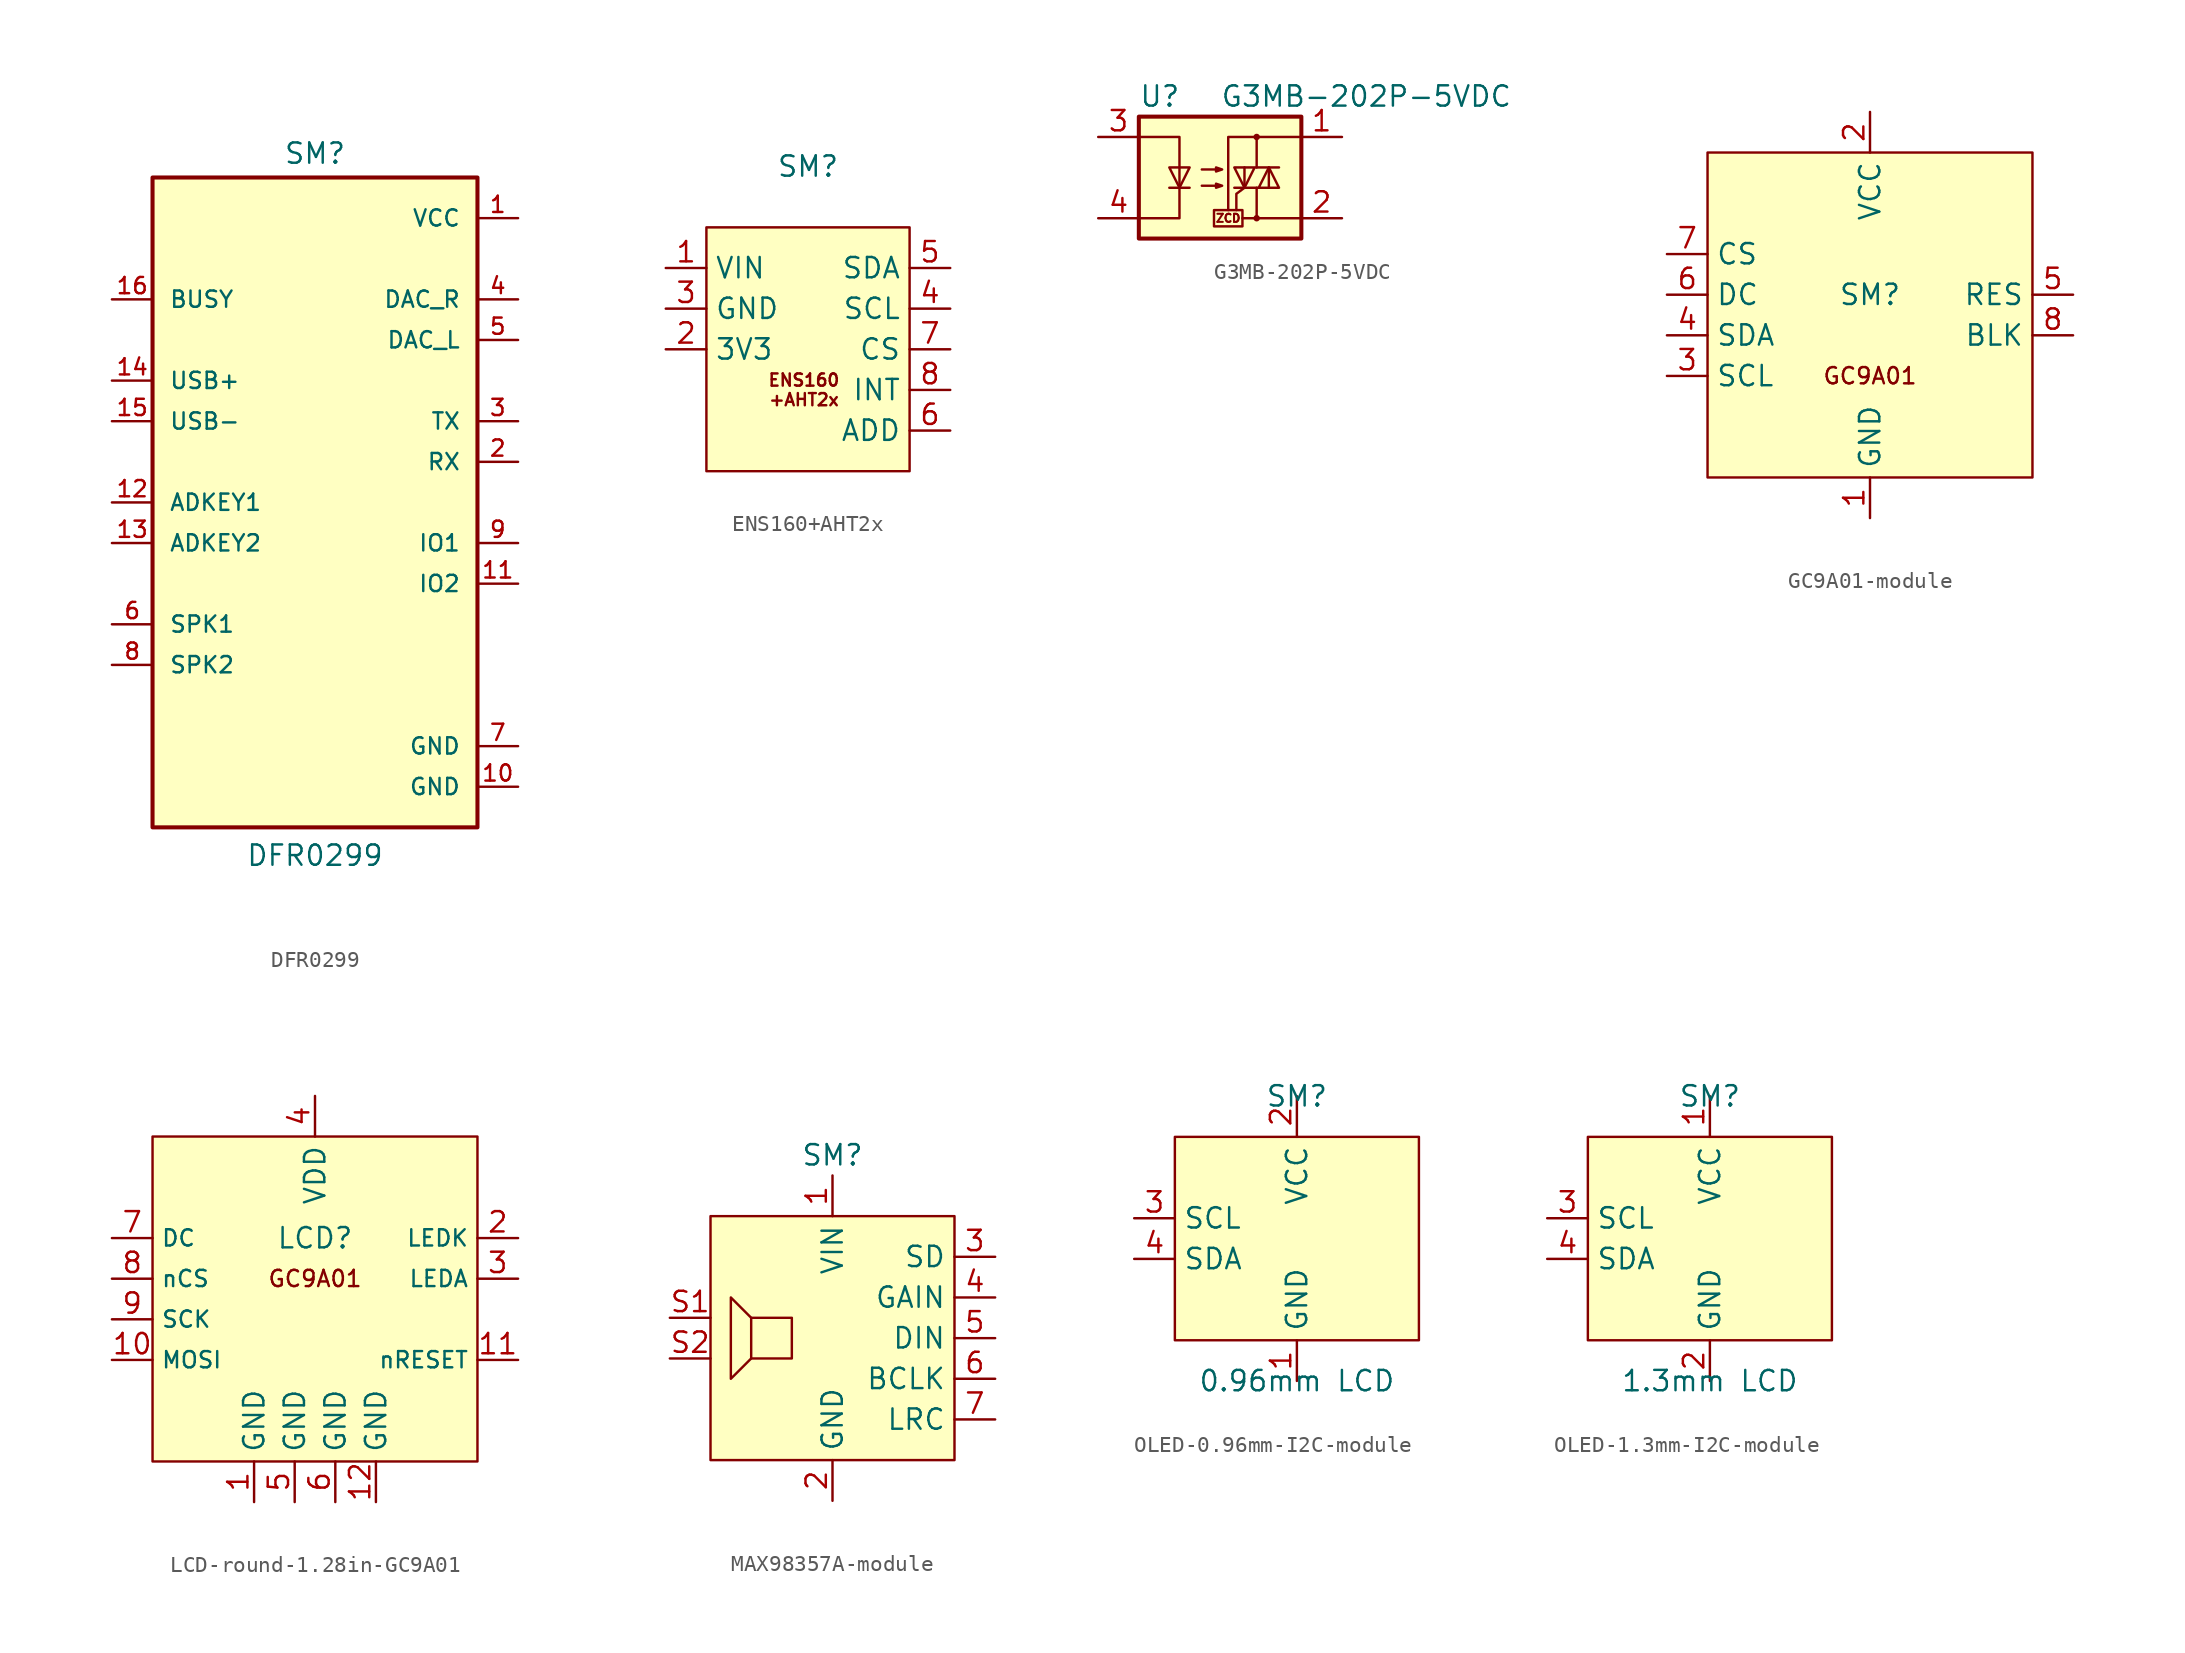
<source format=kicad_sym>
(kicad_symbol_lib
  (version 20231120)
  (generator "kicad_symbol_editor")
  (generator_version "8.0")
  (symbol "DFR0299"
    (pin_names
      (offset 1.016))
    (property "Reference" "SM"
      (at 0 18.542 0)
      (effects (font (size 1.27 1.27)) (justify bottom)))
    (property "Value" "DFR0299"
      (at 0 -23.876 0)
      (effects (font (size 1.27 1.27)) (justify top)))
    (symbol "DFR0299_0_0"
      (rectangle (start -10.16 -22.86) (end 10.16 17.78) (stroke (width 0.254) (type default)) (fill (type background)))
      (pin power_in line (at 12.7 15.24 180) (length 2.54) (name "VCC" (effects (font (size 1.016 1.016)))) (number "1" (effects (font (size 1.016 1.016)))))
      (pin bidirectional line (at 12.7 -7.62 180) (length 2.54) (name "IO2" (effects (font (size 1.016 1.016)))) (number "11" (effects (font (size 1.016 1.016)))))
      (pin input line (at -12.7 -2.54 0) (length 2.54) (name "ADKEY1" (effects (font (size 1.016 1.016)))) (number "12" (effects (font (size 1.016 1.016)))))
      (pin input line (at -12.7 -5.08 0) (length 2.54) (name "ADKEY2" (effects (font (size 1.016 1.016)))) (number "13" (effects (font (size 1.016 1.016)))))
      (pin input line (at -12.7 5.08 0) (length 2.54) (name "USB+" (effects (font (size 1.016 1.016)))) (number "14" (effects (font (size 1.016 1.016)))))
      (pin input line (at -12.7 2.54 0) (length 2.54) (name "USB-" (effects (font (size 1.016 1.016)))) (number "15" (effects (font (size 1.016 1.016)))))
      (pin input line (at -12.7 10.16 0) (length 2.54) (name "BUSY" (effects (font (size 1.016 1.016)))) (number "16" (effects (font (size 1.016 1.016)))))
      (pin input line (at 12.7 0 180) (length 2.54) (name "RX" (effects (font (size 1.016 1.016)))) (number "2" (effects (font (size 1.016 1.016)))))
      (pin output line (at 12.7 2.54 180) (length 2.54) (name "TX" (effects (font (size 1.016 1.016)))) (number "3" (effects (font (size 1.016 1.016)))))
      (pin output line (at 12.7 10.16 180) (length 2.54) (name "DAC_R" (effects (font (size 1.016 1.016)))) (number "4" (effects (font (size 1.016 1.016)))))
      (pin output line (at 12.7 7.62 180) (length 2.54) (name "DAC_L" (effects (font (size 1.016 1.016)))) (number "5" (effects (font (size 1.016 1.016)))))
      (pin passive line (at -12.7 -10.16 0) (length 2.54) (name "SPK1" (effects (font (size 1.016 1.016)))) (number "6" (effects (font (size 1.016 1.016)))))
      (pin power_in line (at 12.7 -17.78 180) (length 2.54) (name "GND" (effects (font (size 1.016 1.016)))) (number "7" (effects (font (size 1.016 1.016)))))
      (pin passive line (at -12.7 -12.7 0) (length 2.54) (name "SPK2" (effects (font (size 1.016 1.016)))) (number "8" (effects (font (size 1.016 1.016)))))
      (pin bidirectional line (at 12.7 -5.08 180) (length 2.54) (name "IO1" (effects (font (size 1.016 1.016)))) (number "9" (effects (font (size 1.016 1.016))))))
    (symbol "DFR0299_1_0"
      (pin power_in line (at 12.7 -20.32 180) (length 2.54) (name "GND" (effects (font (size 1.016 1.016)))) (number "10" (effects (font (size 1.016 1.016)))))))
  (symbol "ENS160+AHT2x"
    (property "Reference" "SM"
      (at 0 11.43 0)
      (effects (font (size 1.27 1.27))))
    (property "Value" ""
      (at -1.27 15.24 0)
      (effects (font (size 1.27 1.27))))
    (symbol "ENS160+AHT2x_0_1"
      (rectangle (start -6.35 7.62) (end 6.35 -7.62) (stroke (width 0) (type default)) (fill (type background))))
    (symbol "ENS160+AHT2x_1_1"
      (text "ENS160\n+AHT2x" (at -0.254 -2.54 0) (effects (font (size 0.762 0.762))))
      (pin power_in line (at -8.89 5.08 0) (length 2.54) (name "VIN" (effects (font (size 1.27 1.27)))) (number "1" (effects (font (size 1.27 1.27)))))
      (pin power_out line (at -8.89 0 0) (length 2.54) (name "3V3" (effects (font (size 1.27 1.27)))) (number "2" (effects (font (size 1.27 1.27)))))
      (pin power_in line (at -8.89 2.54 0) (length 2.54) (name "GND" (effects (font (size 1.27 1.27)))) (number "3" (effects (font (size 1.27 1.27)))))
      (pin input line (at 8.89 2.54 180) (length 2.54) (name "SCL" (effects (font (size 1.27 1.27)))) (number "4" (effects (font (size 1.27 1.27)))))
      (pin bidirectional line (at 8.89 5.08 180) (length 2.54) (name "SDA" (effects (font (size 1.27 1.27)))) (number "5" (effects (font (size 1.27 1.27)))))
      (pin input line (at 8.89 -5.08 180) (length 2.54) (name "ADD" (effects (font (size 1.27 1.27)))) (number "6" (effects (font (size 1.27 1.27)))))
      (pin input line (at 8.89 0 180) (length 2.54) (name "CS" (effects (font (size 1.27 1.27)))) (number "7" (effects (font (size 1.27 1.27)))))
      (pin output line (at 8.89 -2.54 180) (length 2.54) (name "INT" (effects (font (size 1.27 1.27)))) (number "8" (effects (font (size 1.27 1.27)))))))
  (symbol "G3MB-202P-5VDC"
    (property "Reference" "U"
      (at -5.08 5.08 0)
      (effects (font (size 1.27 1.27)) (justify left)))
    (property "Value" "G3MB-202P-5VDC"
      (at 0 5.08 0)
      (effects (font (size 1.27 1.27)) (justify left)))
    (symbol "G3MB-202P-5VDC_0_0"
      (rectangle (start -0.381 -2.032) (end 1.397 -3.048) (stroke (width 0) (type default)) (fill (type none)))
      (polyline (pts (xy 2.286 -2.54) (xy 1.397 -2.54)) (stroke (width 0) (type default)) (fill (type none)))
      (polyline (pts (xy 1.524 -0.635) (xy 1.016 -1.016) (xy 1.016 -2.032)) (stroke (width 0) (type default)) (fill (type none)))
      (text "ZCD" (at 0.508 -2.54 0) (effects (font (size 0.508 0.508)))))
    (symbol "G3MB-202P-5VDC_0_1"
      (rectangle (start -5.08 3.81) (end 5.08 -3.81) (stroke (width 0.254) (type default)) (fill (type background)))
      (polyline (pts (xy -3.175 -0.635) (xy -1.905 -0.635)) (stroke (width 0) (type default)) (fill (type none)))
      (polyline (pts (xy 1.524 -0.635) (xy 1.524 0.635)) (stroke (width 0) (type default)) (fill (type none)))
      (polyline (pts (xy 3.048 0.635) (xy 3.048 -0.635)) (stroke (width 0) (type default)) (fill (type none)))
      (polyline (pts (xy 2.286 -0.635) (xy 2.286 -2.54) (xy 5.08 -2.54)) (stroke (width 0) (type default)) (fill (type none)))
      (polyline (pts (xy 2.286 0.635) (xy 2.286 2.54) (xy 5.08 2.54)) (stroke (width 0) (type default)) (fill (type none)))
      (polyline (pts (xy 2.286 2.54) (xy 0.508 2.54) (xy 0.508 -2.032)) (stroke (width 0) (type default)) (fill (type none)))
      (polyline (pts (xy -5.08 2.54) (xy -2.54 2.54) (xy -2.54 -2.54) (xy -5.08 -2.54)) (stroke (width 0) (type default)) (fill (type none)))
      (polyline (pts (xy -2.54 -0.635) (xy -3.175 0.635) (xy -1.905 0.635) (xy -2.54 -0.635)) (stroke (width 0) (type default)) (fill (type none)))
      (polyline (pts (xy 0.889 -0.635) (xy 3.683 -0.635) (xy 3.048 0.635) (xy 2.413 -0.635)) (stroke (width 0) (type default)) (fill (type none)))
      (polyline (pts (xy 3.683 0.635) (xy 0.889 0.635) (xy 1.524 -0.635) (xy 2.159 0.635)) (stroke (width 0) (type default)) (fill (type none)))
      (polyline (pts (xy -1.143 -0.508) (xy 0.127 -0.508) (xy -0.254 -0.635) (xy -0.254 -0.381) (xy 0.127 -0.508)) (stroke (width 0) (type default)) (fill (type none)))
      (polyline (pts (xy -1.143 0.508) (xy 0.127 0.508) (xy -0.254 0.381) (xy -0.254 0.635) (xy 0.127 0.508)) (stroke (width 0) (type default)) (fill (type none)))
      (circle (center 2.286 -2.54) (radius 0.127) (stroke (width 0) (type default)) (fill (type none)))
      (circle (center 2.286 2.54) (radius 0.127) (stroke (width 0) (type default)) (fill (type none))))
    (symbol "G3MB-202P-5VDC_1_1"
      (pin passive line (at 7.62 2.54 180) (length 2.54) (name "~" (effects (font (size 1.27 1.27)))) (number "1" (effects (font (size 1.27 1.27)))))
      (pin passive line (at 7.62 -2.54 180) (length 2.54) (name "~" (effects (font (size 1.27 1.27)))) (number "2" (effects (font (size 1.27 1.27)))))
      (pin passive line (at -7.62 2.54 0) (length 2.54) (name "~" (effects (font (size 1.27 1.27)))) (number "3" (effects (font (size 1.27 1.27)))))
      (pin passive line (at -7.62 -2.54 0) (length 2.54) (name "~" (effects (font (size 1.27 1.27)))) (number "4" (effects (font (size 1.27 1.27)))))))
  (symbol "GC9A01-module"
    (property "Reference" "SM"
      (at 0 1.27 0)
      (effects (font (size 1.27 1.27))))
    (symbol "GC9A01-module_1_1"
      (rectangle (start -10.16 10.16) (end 10.16 -10.16) (stroke (width 0) (type default)) (fill (type background)))
      (text "GC9A01" (at 0 -3.81 0) (effects (font (size 1.016 1.016))))
      (pin power_in line (at 0 -12.7 90) (length 2.54) (name "GND" (effects (font (size 1.27 1.27)))) (number "1" (effects (font (size 1.27 1.27)))))
      (pin power_in line (at 0 12.7 270) (length 2.54) (name "VCC" (effects (font (size 1.27 1.27)))) (number "2" (effects (font (size 1.27 1.27)))))
      (pin input line (at -12.7 -3.81 0) (length 2.54) (name "SCL" (effects (font (size 1.27 1.27)))) (number "3" (effects (font (size 1.27 1.27)))))
      (pin bidirectional line (at -12.7 -1.27 0) (length 2.54) (name "SDA" (effects (font (size 1.27 1.27)))) (number "4" (effects (font (size 1.27 1.27)))))
      (pin input line (at 12.7 1.27 180) (length 2.54) (name "RES" (effects (font (size 1.27 1.27)))) (number "5" (effects (font (size 1.27 1.27)))))
      (pin input line (at -12.7 1.27 0) (length 2.54) (name "DC" (effects (font (size 1.27 1.27)))) (number "6" (effects (font (size 1.27 1.27)))))
      (pin input line (at -12.7 3.81 0) (length 2.54) (name "CS" (effects (font (size 1.27 1.27)))) (number "7" (effects (font (size 1.27 1.27)))))
      (pin input line (at 12.7 -1.27 180) (length 2.54) (name "BLK" (effects (font (size 1.27 1.27)))) (number "8" (effects (font (size 1.27 1.27)))))))
  (symbol "LCD-round-1.28in-GC9A01"
    (property "Reference" "LCD"
      (at 0 3.81 0)
      (effects (font (size 1.27 1.27))))
    (symbol "LCD-round-1.28in-GC9A01_1_1"
      (rectangle (start -10.16 10.16) (end 10.16 -10.16) (stroke (width 0) (type default)) (fill (type background)))
      (text "GC9A01" (at 0 1.27 0) (effects (font (size 1.016 1.016))))
      (pin power_in line (at -3.81 -12.7 90) (length 2.54) (name "GND" (effects (font (size 1.27 1.27)))) (number "1" (effects (font (size 1.27 1.27)))))
      (pin bidirectional line (at -12.7 -3.81 0) (length 2.54) (name "MOSI" (effects (font (size 1.016 1.016)))) (number "10" (effects (font (size 1.27 1.27)))))
      (pin input line (at 12.7 -3.81 180) (length 2.54) (name "nRESET" (effects (font (size 1.016 1.016)))) (number "11" (effects (font (size 1.27 1.27)))))
      (pin passive line (at 3.81 -12.7 90) (length 2.54) (name "GND" (effects (font (size 1.27 1.27)))) (number "12" (effects (font (size 1.27 1.27)))))
      (pin input line (at 12.7 3.81 180) (length 2.54) (name "LEDK" (effects (font (size 1.016 1.016)))) (number "2" (effects (font (size 1.27 1.27)))))
      (pin input line (at 12.7 1.27 180) (length 2.54) (name "LEDA" (effects (font (size 1.016 1.016)))) (number "3" (effects (font (size 1.27 1.27)))))
      (pin power_in line (at 0 12.7 270) (length 2.54) (name "VDD" (effects (font (size 1.27 1.27)))) (number "4" (effects (font (size 1.27 1.27)))))
      (pin passive line (at -1.27 -12.7 90) (length 2.54) (name "GND" (effects (font (size 1.27 1.27)))) (number "5" (effects (font (size 1.27 1.27)))))
      (pin passive line (at 1.27 -12.7 90) (length 2.54) (name "GND" (effects (font (size 1.27 1.27)))) (number "6" (effects (font (size 1.27 1.27)))))
      (pin input line (at -12.7 3.81 0) (length 2.54) (name "DC" (effects (font (size 1.016 1.016)))) (number "7" (effects (font (size 1.27 1.27)))))
      (pin input line (at -12.7 1.27 0) (length 2.54) (name "nCS" (effects (font (size 1.016 1.016)))) (number "8" (effects (font (size 1.27 1.27)))))
      (pin input line (at -12.7 -1.27 0) (length 2.54) (name "SCK" (effects (font (size 1.016 1.016)))) (number "9" (effects (font (size 1.27 1.27)))))))
  (symbol "MAX98357A-module"
    (property "Reference" "SM"
      (at 0 11.43 0)
      (effects (font (size 1.27 1.27))))
    (property "Value" ""
      (at -1.27 15.24 0)
      (effects (font (size 1.27 1.27))))
    (symbol "MAX98357A-module_0_1"
      (rectangle (start -7.62 7.62) (end 7.62 -7.62) (stroke (width 0) (type default)) (fill (type background)))
      (polyline (pts (xy -5.08 1.27) (xy -2.54 1.27) (xy -2.54 -1.27) (xy -5.08 -1.27)) (stroke (width 0) (type default)) (fill (type none)))
      (polyline (pts (xy -6.35 -2.54) (xy -6.35 2.54) (xy -5.08 1.27) (xy -5.08 -1.27) (xy -6.35 -2.54)) (stroke (width 0) (type default)) (fill (type none))))
    (symbol "MAX98357A-module_1_1"
      (pin power_in line (at 0 10.16 270) (length 2.54) (name "VIN" (effects (font (size 1.27 1.27)))) (number "1" (effects (font (size 1.27 1.27)))))
      (pin power_in line (at 0 -10.16 90) (length 2.54) (name "GND" (effects (font (size 1.27 1.27)))) (number "2" (effects (font (size 1.27 1.27)))))
      (pin passive line (at 10.16 5.08 180) (length 2.54) (name "SD" (effects (font (size 1.27 1.27)))) (number "3" (effects (font (size 1.27 1.27)))))
      (pin passive line (at 10.16 2.54 180) (length 2.54) (name "GAIN" (effects (font (size 1.27 1.27)))) (number "4" (effects (font (size 1.27 1.27)))))
      (pin passive line (at 10.16 0 180) (length 2.54) (name "DIN" (effects (font (size 1.27 1.27)))) (number "5" (effects (font (size 1.27 1.27)))))
      (pin passive line (at 10.16 -2.54 180) (length 2.54) (name "BCLK" (effects (font (size 1.27 1.27)))) (number "6" (effects (font (size 1.27 1.27)))))
      (pin passive line (at 10.16 -5.08 180) (length 2.54) (name "LRC" (effects (font (size 1.27 1.27)))) (number "7" (effects (font (size 1.27 1.27)))))
      (pin passive line (at -10.16 1.27 0) (length 2.54) (name "" (effects (font (size 1.27 1.27)))) (number "S1" (effects (font (size 1.27 1.27)))))
      (pin passive line (at -10.16 -1.27 0) (length 2.54) (name "" (effects (font (size 1.27 1.27)))) (number "S2" (effects (font (size 1.27 1.27)))))))
  (symbol "OLED-0.96mm-I2C-module"
    (property "Reference" "SM"
      (at 0 8.89 0)
      (effects (font (size 1.27 1.27))))
    (property "Value" "0.96mm LCD"
      (at 0 -8.89 0)
      (effects (font (size 1.27 1.27))))
    (symbol "OLED-0.96mm-I2C-module_0_1"
      (rectangle (start -7.62 6.35) (end 7.62 -6.35) (stroke (width 0) (type default)) (fill (type background)))
      (pin power_in line (at 0 -8.89 90) (length 2.54) (name "GND" (effects (font (size 1.27 1.27)))) (number "1" (effects (font (size 1.27 1.27)))))
      (pin power_in line (at 0 8.89 270) (length 2.54) (name "VCC" (effects (font (size 1.27 1.27)))) (number "2" (effects (font (size 1.27 1.27)))))
      (pin passive line (at -10.16 1.27 0) (length 2.54) (name "SCL" (effects (font (size 1.27 1.27)))) (number "3" (effects (font (size 1.27 1.27)))))
      (pin passive line (at -10.16 -1.27 0) (length 2.54) (name "SDA" (effects (font (size 1.27 1.27)))) (number "4" (effects (font (size 1.27 1.27)))))))
  (symbol "OLED-1.3mm-I2C-module"
    (property "Reference" "SM"
      (at 0 8.89 0)
      (effects (font (size 1.27 1.27))))
    (property "Value" "1.3mm LCD"
      (at 0 -8.89 0)
      (effects (font (size 1.27 1.27))))
    (symbol "OLED-1.3mm-I2C-module_0_1"
      (rectangle (start -7.62 6.35) (end 7.62 -6.35) (stroke (width 0) (type default)) (fill (type background)))
      (pin power_in line (at 0 8.89 270) (length 2.54) (name "VCC" (effects (font (size 1.27 1.27)))) (number "1" (effects (font (size 1.27 1.27)))))
      (pin power_in line (at 0 -8.89 90) (length 2.54) (name "GND" (effects (font (size 1.27 1.27)))) (number "2" (effects (font (size 1.27 1.27)))))
      (pin passive line (at -10.16 1.27 0) (length 2.54) (name "SCL" (effects (font (size 1.27 1.27)))) (number "3" (effects (font (size 1.27 1.27)))))
      (pin passive line (at -10.16 -1.27 0) (length 2.54) (name "SDA" (effects (font (size 1.27 1.27)))) (number "4" (effects (font (size 1.27 1.27))))))))
</source>
